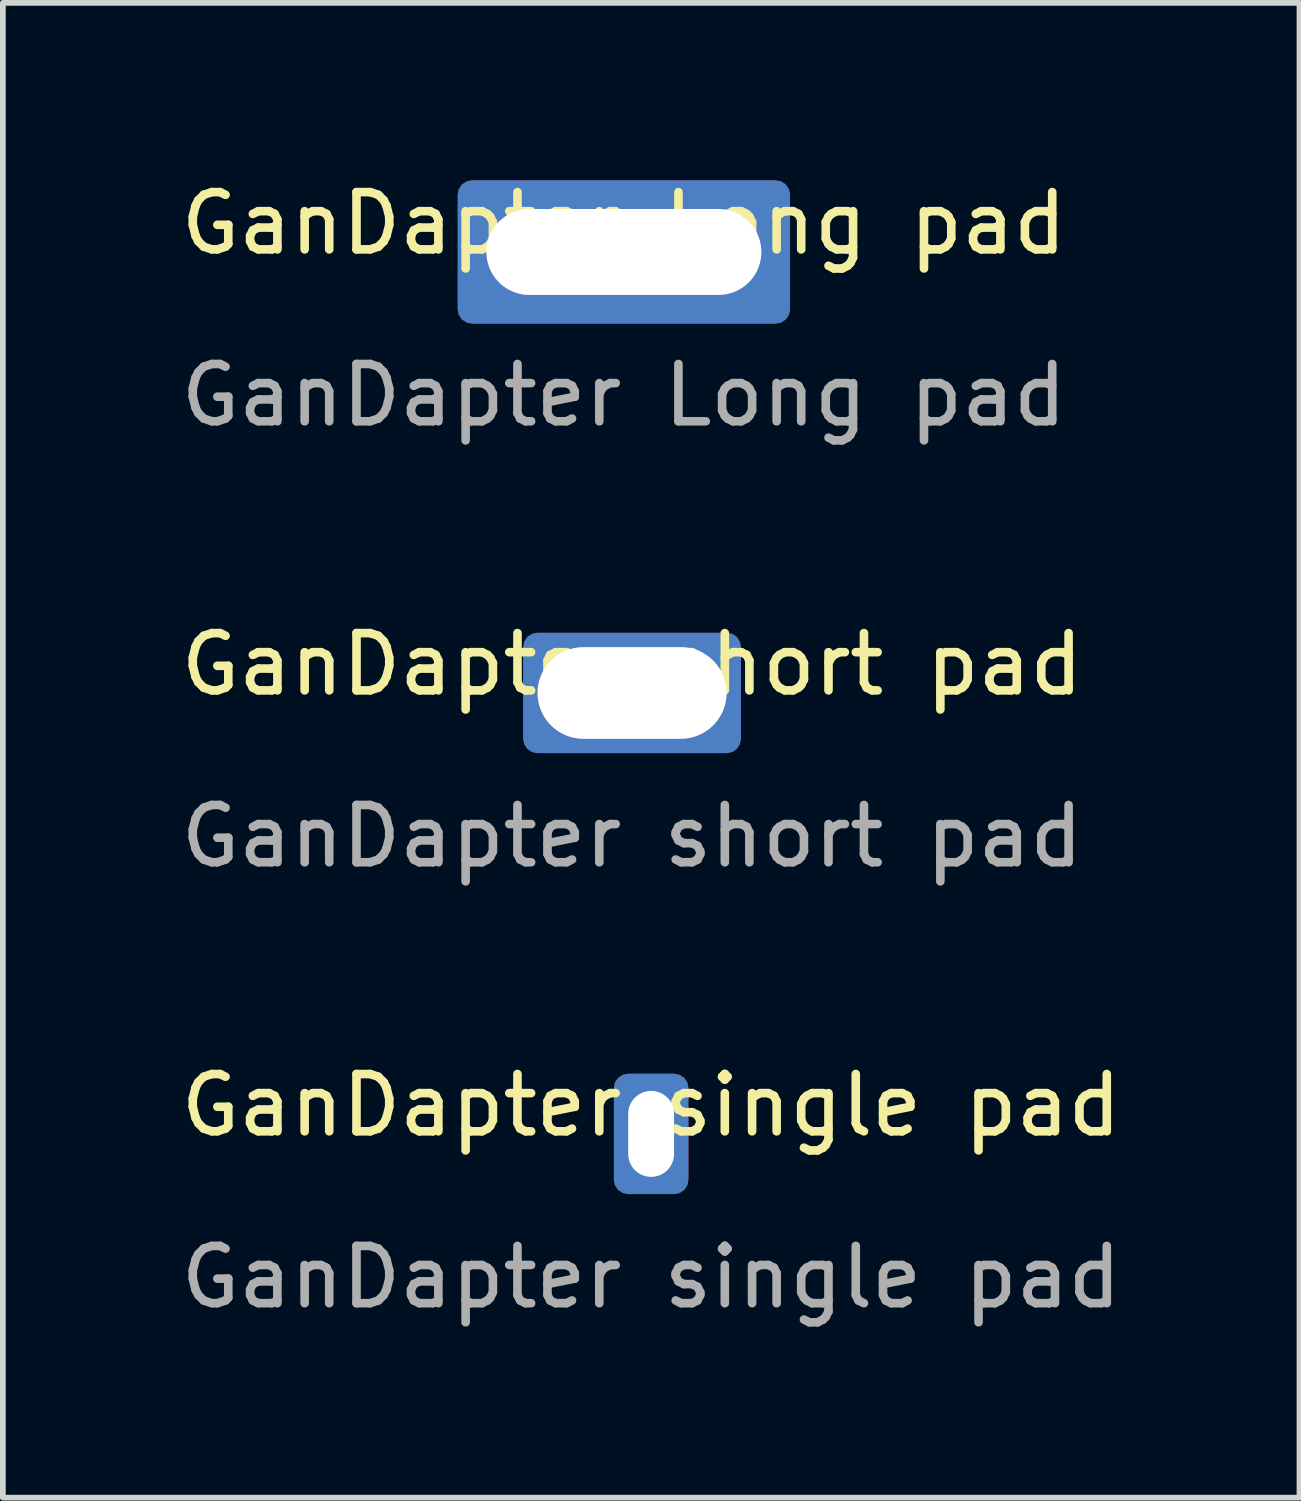
<source format=kicad_pcb>
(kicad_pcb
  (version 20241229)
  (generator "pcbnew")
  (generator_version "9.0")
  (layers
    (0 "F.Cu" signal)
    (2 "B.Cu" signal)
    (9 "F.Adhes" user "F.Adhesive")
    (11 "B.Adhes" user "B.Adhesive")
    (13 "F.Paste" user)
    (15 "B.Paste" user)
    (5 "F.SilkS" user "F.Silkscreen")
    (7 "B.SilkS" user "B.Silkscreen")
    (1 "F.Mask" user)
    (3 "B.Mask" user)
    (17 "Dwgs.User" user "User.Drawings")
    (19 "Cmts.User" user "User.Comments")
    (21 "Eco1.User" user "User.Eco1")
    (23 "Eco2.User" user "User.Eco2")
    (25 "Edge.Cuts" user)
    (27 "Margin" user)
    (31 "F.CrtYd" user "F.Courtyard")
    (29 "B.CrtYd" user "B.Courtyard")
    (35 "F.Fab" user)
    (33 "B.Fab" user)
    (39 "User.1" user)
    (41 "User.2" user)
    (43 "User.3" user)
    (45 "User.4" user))
  (footprint "GanDapter single pad"
    (layer "F.Cu")
    (at 8.315 16.741)
    (property "Reference" "GanDapter single pad" (at 0 -0.5 0) (unlocked yes) (layer "F.SilkS") (effects (font (size 1 1) (thickness 0.15))))
    (attr through_hole)
    (fp_text user "${REFERENCE}" (at 0 2.5 0) (unlocked yes) (layer "F.Fab") (effects (font (size 1 1) (thickness 0.15))))
    (pad "1" thru_hole roundrect (at 0 0) (size 1.3 2.1) (drill oval 0.8 1.5) (layers "*.Cu" "*.Mask") (roundrect_rratio 0.192)))
  (footprint "GanDapter short pad"
    (layer "F.Cu")
    (at 7.982 9.045)
    (property "Reference" "GanDapter short pad" (at 0 -0.5 0) (unlocked yes) (layer "F.SilkS") (effects (font (size 1 1) (thickness 0.15))))
    (attr through_hole)
    (fp_text user "${REFERENCE}" (at 0 2.5 0) (unlocked yes) (layer "F.Fab") (effects (font (size 1 1) (thickness 0.15))))
    (pad "1" thru_hole roundrect (at 0 0) (size 3.8 2.1) (drill oval 3.3 1.6) (layers "*.Cu" "*.Mask") (roundrect_rratio 0.119)))
  (footprint "GanDapter Long pad"
    (layer "F.Cu")
    (at 7.839 1.348)
    (property "Reference" "GanDapter Long pad" (at 0 -0.5 0) (unlocked yes) (layer "F.SilkS") (effects (font (size 1 1) (thickness 0.15))))
    (attr through_hole)
    (fp_text user "${REFERENCE}" (at 0 2.5 0) (unlocked yes) (layer "F.Fab") (effects (font (size 1 1) (thickness 0.15))))
    (pad "1" thru_hole roundrect (at 0 0) (size 5.8 2.5) (drill oval 4.8 1.5) (layers "*.Cu" "*.Mask") (roundrect_rratio 0.1)))
  (gr_rect
    (start -3 -3)
    (end 19.631 23.09)
    (stroke (width 0.1) (type default))
    (fill no)
    (layer "Edge.Cuts")))
</source>
